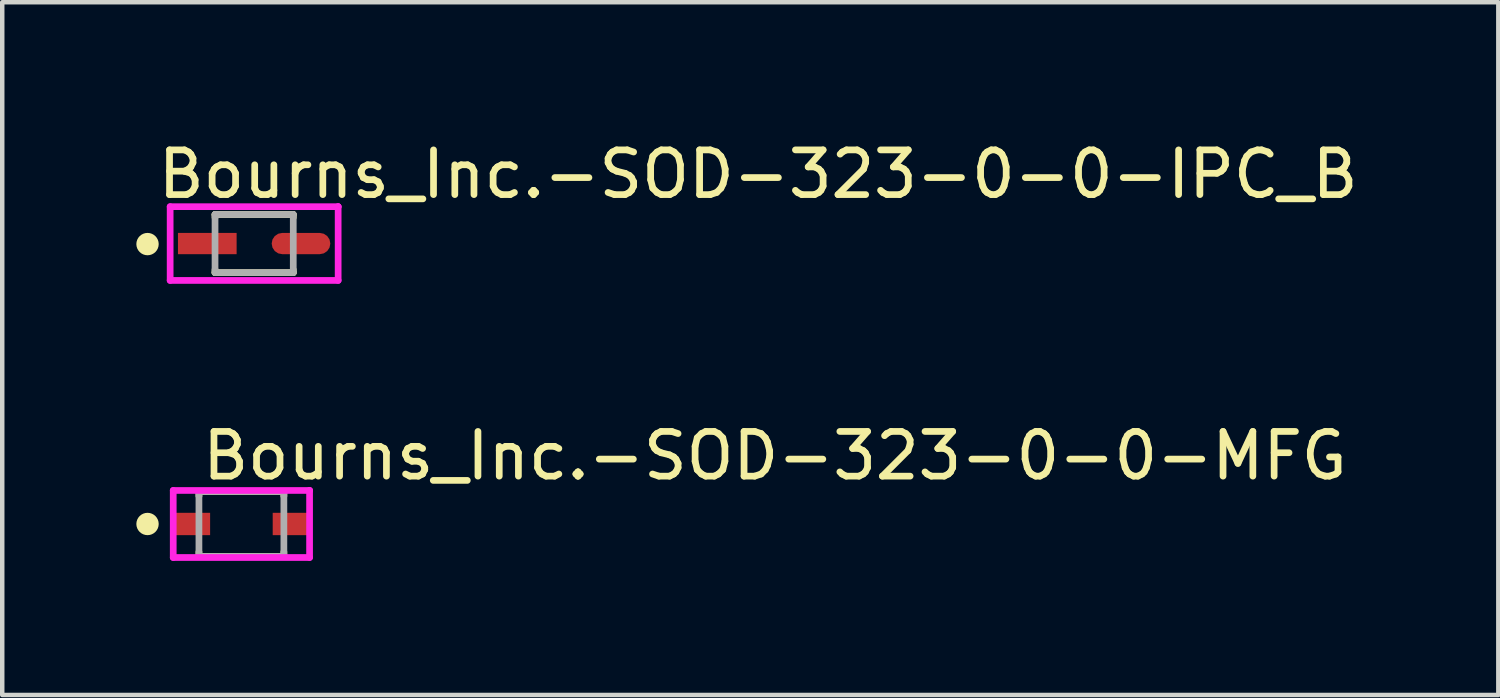
<source format=kicad_pcb>
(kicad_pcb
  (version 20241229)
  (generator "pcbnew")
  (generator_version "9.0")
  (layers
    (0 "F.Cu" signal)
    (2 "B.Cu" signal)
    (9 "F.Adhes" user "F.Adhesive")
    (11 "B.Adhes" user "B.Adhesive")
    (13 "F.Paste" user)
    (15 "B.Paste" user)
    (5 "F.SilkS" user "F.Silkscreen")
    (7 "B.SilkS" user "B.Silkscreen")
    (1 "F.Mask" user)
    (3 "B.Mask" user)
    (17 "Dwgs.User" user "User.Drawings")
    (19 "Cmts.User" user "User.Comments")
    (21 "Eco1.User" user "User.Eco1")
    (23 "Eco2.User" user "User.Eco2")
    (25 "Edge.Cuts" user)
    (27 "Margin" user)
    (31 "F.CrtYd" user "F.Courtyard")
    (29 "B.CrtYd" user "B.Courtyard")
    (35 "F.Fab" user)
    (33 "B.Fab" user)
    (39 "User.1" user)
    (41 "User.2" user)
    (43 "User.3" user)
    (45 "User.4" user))
  (footprint "Bourns_Inc.-SOD-323-0-0-IPC_B"
    (layer "F.Cu")
    (at 2.635 2.398)
    (property "Reference" "Bourns_Inc.-SOD-323-0-0-IPC_B" (at -2.229 -1.55 0) (layer "F.SilkS") (effects (font (size 1 1) (thickness 0.15)) (justify left)))
    (attr through_hole)
    (fp_line (start -0.875 -0.65) (end 0.875 -0.65) (stroke (width 0.15) (type solid)) (layer "F.SilkS"))
    (fp_line (start -0.875 -0.585) (end -0.875 -0.65) (stroke (width 0.15) (type solid)) (layer "F.SilkS"))
    (fp_line (start -0.875 0.585) (end -0.875 0.65) (stroke (width 0.15) (type solid)) (layer "F.SilkS"))
    (fp_line (start -0.875 0.65) (end 0.875 0.65) (stroke (width 0.15) (type solid)) (layer "F.SilkS"))
    (fp_line (start 0.875 -0.65) (end 0.875 -0.585) (stroke (width 0.15) (type solid)) (layer "F.SilkS"))
    (fp_line (start 0.875 0.65) (end 0.875 0.585) (stroke (width 0.15) (type solid)) (layer "F.SilkS"))
    (fp_circle (center -2.385 0.012) (end -2.26 0.012) (stroke (width 0.25) (type solid)) (fill no) (layer "F.SilkS"))
    (fp_line (start -1.879 -0.825) (end -1.879 0.825) (stroke (width 0.15) (type solid)) (layer "F.CrtYd"))
    (fp_line (start -1.879 0.825) (end 1.879 0.825) (stroke (width 0.15) (type solid)) (layer "F.CrtYd"))
    (fp_line (start 1.879 -0.825) (end -1.879 -0.825) (stroke (width 0.15) (type solid)) (layer "F.CrtYd"))
    (fp_line (start 1.879 -0.825) (end 1.879 -0.825) (stroke (width 0.15) (type solid)) (layer "F.CrtYd"))
    (fp_line (start 1.879 0.825) (end 1.879 -0.825) (stroke (width 0.15) (type solid)) (layer "F.CrtYd"))
    (fp_line (start -0.875 -0.65) (end 0.875 -0.65) (stroke (width 0.15) (type solid)) (layer "F.Fab"))
    (fp_line (start -0.875 0.65) (end -0.875 -0.65) (stroke (width 0.15) (type solid)) (layer "F.Fab"))
    (fp_line (start 0.875 -0.65) (end 0.875 0.65) (stroke (width 0.15) (type solid)) (layer "F.Fab"))
    (fp_line (start 0.875 0.65) (end -0.875 0.65) (stroke (width 0.15) (type solid)) (layer "F.Fab"))
    (pad "1" smd rect (at -1.048 0.000001) (size 1.312 0.476) (layers "F.Cu" "F.Mask" "F.Paste"))
    (pad "2" smd roundrect (at 1.048 0.000001) (size 1.312 0.476) (layers "F.Cu" "F.Mask" "F.Paste") (roundrect_rratio 0.5)))
  (footprint "Bourns_Inc.-SOD-323-0-0-MFG"
    (layer "F.Cu")
    (at 2.35 8.671)
    (property "Reference" "Bourns_Inc.-SOD-323-0-0-MFG" (at -0.95 -1.525 0) (layer "F.SilkS") (effects (font (size 1 1) (thickness 0.15)) (justify left)))
    (attr through_hole)
    (fp_line (start -0.95 -0.725) (end 0.95 -0.725) (stroke (width 0.15) (type solid)) (layer "F.SilkS"))
    (fp_line (start -0.95 -0.625) (end -0.95 -0.725) (stroke (width 0.15) (type solid)) (layer "F.SilkS"))
    (fp_line (start -0.95 0.725) (end -0.95 0.625) (stroke (width 0.15) (type solid)) (layer "F.SilkS"))
    (fp_line (start -0.95 0.725) (end 0.95 0.725) (stroke (width 0.15) (type solid)) (layer "F.SilkS"))
    (fp_line (start 0.95 -0.625) (end 0.95 -0.725) (stroke (width 0.15) (type solid)) (layer "F.SilkS"))
    (fp_line (start 0.95 0.725) (end 0.95 0.625) (stroke (width 0.15) (type solid)) (layer "F.SilkS"))
    (fp_circle (center -2.1 0) (end -1.975 0) (stroke (width 0.25) (type solid)) (fill no) (layer "F.SilkS"))
    (fp_line (start -1.525 -0.75) (end -1.525 0.75) (stroke (width 0.15) (type solid)) (layer "F.CrtYd"))
    (fp_line (start -1.525 0.75) (end 1.525 0.75) (stroke (width 0.15) (type solid)) (layer "F.CrtYd"))
    (fp_line (start 1.525 -0.75) (end -1.525 -0.75) (stroke (width 0.15) (type solid)) (layer "F.CrtYd"))
    (fp_line (start 1.525 -0.75) (end 1.525 -0.75) (stroke (width 0.15) (type solid)) (layer "F.CrtYd"))
    (fp_line (start 1.525 0.75) (end 1.525 -0.75) (stroke (width 0.15) (type solid)) (layer "F.CrtYd"))
    (fp_line (start -0.95 -0.725) (end 0.95 -0.725) (stroke (width 0.15) (type solid)) (layer "F.Fab"))
    (fp_line (start -0.95 0.725) (end -0.95 -0.725) (stroke (width 0.15) (type solid)) (layer "F.Fab"))
    (fp_line (start 0.95 -0.725) (end 0.95 0.725) (stroke (width 0.15) (type solid)) (layer "F.Fab"))
    (fp_line (start 0.95 0.725) (end -0.95 0.725) (stroke (width 0.15) (type solid)) (layer "F.Fab"))
    (pad "1" smd rect (at -1.1 0) (size 0.8 0.5) (layers "F.Cu" "F.Mask" "F.Paste"))
    (pad "2" smd rect (at 1.1 0) (size 0.8 0.5) (layers "F.Cu" "F.Mask" "F.Paste")))
  (gr_rect
    (start -3 -3)
    (end 30.466 12.496)
    (stroke (width 0.1) (type default))
    (fill no)
    (layer "Edge.Cuts")))
</source>
